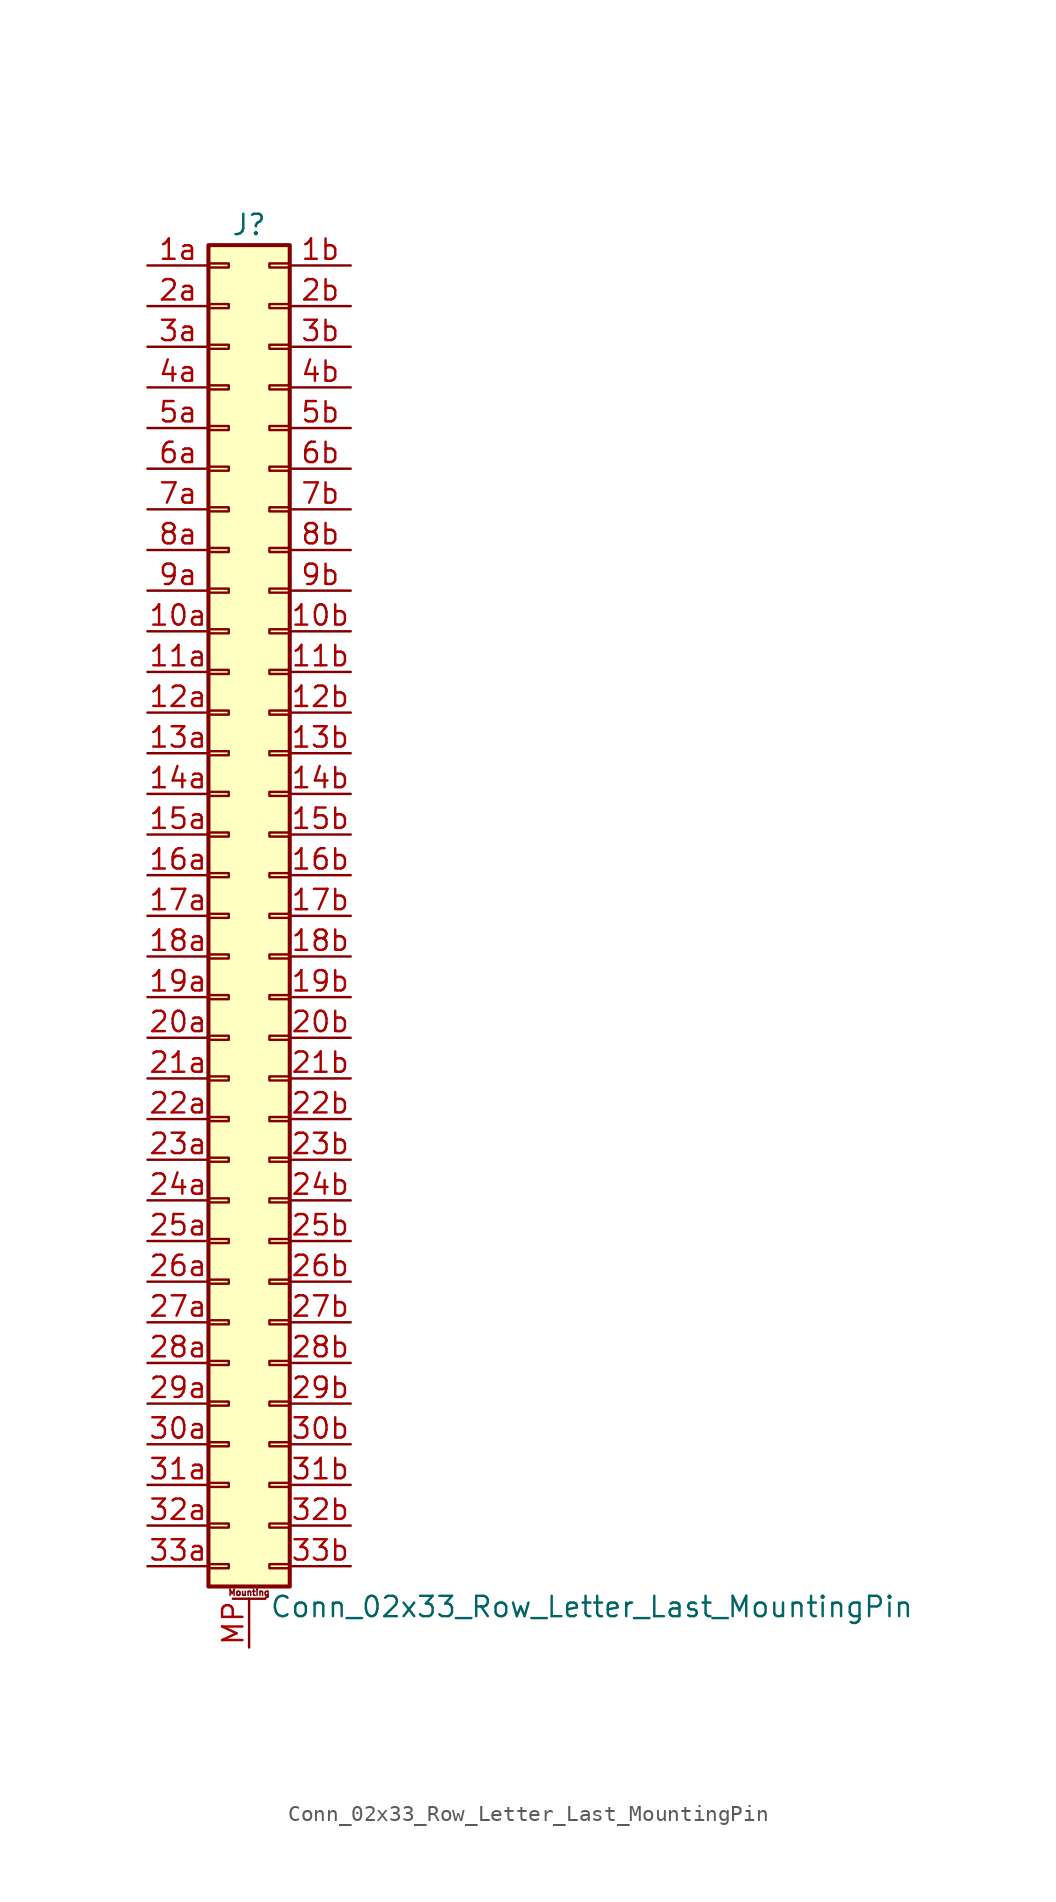
<source format=kicad_sym>
(kicad_symbol_lib
  (version 20201005)
  (generator kicad_symbol_editor)
  (symbol "Conn_02x33_Row_Letter_Last_MountingPin"
    (pin_names
      (offset 1.016) hide)
    (property "Reference" "J"
      (at 1.27 43.18 0)
      (effects (font (size 1.27 1.27))))
    (property "Value" "Conn_02x33_Row_Letter_Last_MountingPin"
      (at 2.54 -43.18 0)
      (effects (font (size 1.27 1.27)) (justify left)))
    (symbol "Conn_02x33_Row_Letter_Last_MountingPin_1_1"
      (text "Mounting" (at 1.27 -42.291 0) (effects (font (size 0.381 0.381))))
      (rectangle (start -1.27 -40.513) (end 0 -40.767) (stroke (width 0.152)) (fill (type none)))
      (rectangle (start -1.27 -37.973) (end 0 -38.227) (stroke (width 0.152)) (fill (type none)))
      (rectangle (start -1.27 -35.433) (end 0 -35.687) (stroke (width 0.152)) (fill (type none)))
      (rectangle (start -1.27 -32.893) (end 0 -33.147) (stroke (width 0.152)) (fill (type none)))
      (rectangle (start -1.27 -30.353) (end 0 -30.607) (stroke (width 0.152)) (fill (type none)))
      (rectangle (start -1.27 -27.813) (end 0 -28.067) (stroke (width 0.152)) (fill (type none)))
      (rectangle (start -1.27 -25.273) (end 0 -25.527) (stroke (width 0.152)) (fill (type none)))
      (rectangle (start -1.27 -22.733) (end 0 -22.987) (stroke (width 0.152)) (fill (type none)))
      (rectangle (start -1.27 -20.193) (end 0 -20.447) (stroke (width 0.152)) (fill (type none)))
      (rectangle (start -1.27 -17.653) (end 0 -17.907) (stroke (width 0.152)) (fill (type none)))
      (rectangle (start -1.27 -15.113) (end 0 -15.367) (stroke (width 0.152)) (fill (type none)))
      (rectangle (start -1.27 -12.573) (end 0 -12.827) (stroke (width 0.152)) (fill (type none)))
      (rectangle (start -1.27 -10.033) (end 0 -10.287) (stroke (width 0.152)) (fill (type none)))
      (rectangle (start -1.27 -7.493) (end 0 -7.747) (stroke (width 0.152)) (fill (type none)))
      (rectangle (start -1.27 -4.953) (end 0 -5.207) (stroke (width 0.152)) (fill (type none)))
      (rectangle (start -1.27 -2.413) (end 0 -2.667) (stroke (width 0.152)) (fill (type none)))
      (rectangle (start -1.27 0.127) (end 0 -0.127) (stroke (width 0.152)) (fill (type none)))
      (rectangle (start -1.27 2.667) (end 0 2.413) (stroke (width 0.152)) (fill (type none)))
      (rectangle (start -1.27 5.207) (end 0 4.953) (stroke (width 0.152)) (fill (type none)))
      (rectangle (start -1.27 7.747) (end 0 7.493) (stroke (width 0.152)) (fill (type none)))
      (rectangle (start -1.27 10.287) (end 0 10.033) (stroke (width 0.152)) (fill (type none)))
      (rectangle (start -1.27 12.827) (end 0 12.573) (stroke (width 0.152)) (fill (type none)))
      (rectangle (start -1.27 15.367) (end 0 15.113) (stroke (width 0.152)) (fill (type none)))
      (rectangle (start -1.27 17.907) (end 0 17.653) (stroke (width 0.152)) (fill (type none)))
      (rectangle (start -1.27 20.447) (end 0 20.193) (stroke (width 0.152)) (fill (type none)))
      (rectangle (start -1.27 22.987) (end 0 22.733) (stroke (width 0.152)) (fill (type none)))
      (rectangle (start -1.27 25.527) (end 0 25.273) (stroke (width 0.152)) (fill (type none)))
      (rectangle (start -1.27 28.067) (end 0 27.813) (stroke (width 0.152)) (fill (type none)))
      (rectangle (start -1.27 30.607) (end 0 30.353) (stroke (width 0.152)) (fill (type none)))
      (rectangle (start -1.27 33.147) (end 0 32.893) (stroke (width 0.152)) (fill (type none)))
      (rectangle (start -1.27 35.687) (end 0 35.433) (stroke (width 0.152)) (fill (type none)))
      (rectangle (start -1.27 38.227) (end 0 37.973) (stroke (width 0.152)) (fill (type none)))
      (rectangle (start -1.27 40.767) (end 0 40.513) (stroke (width 0.152)) (fill (type none)))
      (rectangle (start 3.81 -40.513) (end 2.54 -40.767) (stroke (width 0.152)) (fill (type none)))
      (rectangle (start 3.81 -37.973) (end 2.54 -38.227) (stroke (width 0.152)) (fill (type none)))
      (rectangle (start 3.81 -35.433) (end 2.54 -35.687) (stroke (width 0.152)) (fill (type none)))
      (rectangle (start 3.81 -32.893) (end 2.54 -33.147) (stroke (width 0.152)) (fill (type none)))
      (rectangle (start 3.81 -30.353) (end 2.54 -30.607) (stroke (width 0.152)) (fill (type none)))
      (rectangle (start 3.81 -27.813) (end 2.54 -28.067) (stroke (width 0.152)) (fill (type none)))
      (rectangle (start 3.81 -25.273) (end 2.54 -25.527) (stroke (width 0.152)) (fill (type none)))
      (rectangle (start 3.81 -22.733) (end 2.54 -22.987) (stroke (width 0.152)) (fill (type none)))
      (rectangle (start 3.81 -20.193) (end 2.54 -20.447) (stroke (width 0.152)) (fill (type none)))
      (rectangle (start 3.81 -17.653) (end 2.54 -17.907) (stroke (width 0.152)) (fill (type none)))
      (rectangle (start 3.81 -15.113) (end 2.54 -15.367) (stroke (width 0.152)) (fill (type none)))
      (rectangle (start 3.81 -12.573) (end 2.54 -12.827) (stroke (width 0.152)) (fill (type none)))
      (rectangle (start 3.81 -10.033) (end 2.54 -10.287) (stroke (width 0.152)) (fill (type none)))
      (rectangle (start 3.81 -7.493) (end 2.54 -7.747) (stroke (width 0.152)) (fill (type none)))
      (rectangle (start 3.81 -4.953) (end 2.54 -5.207) (stroke (width 0.152)) (fill (type none)))
      (rectangle (start 3.81 -2.413) (end 2.54 -2.667) (stroke (width 0.152)) (fill (type none)))
      (rectangle (start 3.81 0.127) (end 2.54 -0.127) (stroke (width 0.152)) (fill (type none)))
      (rectangle (start 3.81 2.667) (end 2.54 2.413) (stroke (width 0.152)) (fill (type none)))
      (rectangle (start 3.81 5.207) (end 2.54 4.953) (stroke (width 0.152)) (fill (type none)))
      (rectangle (start 3.81 7.747) (end 2.54 7.493) (stroke (width 0.152)) (fill (type none)))
      (rectangle (start 3.81 10.287) (end 2.54 10.033) (stroke (width 0.152)) (fill (type none)))
      (rectangle (start 3.81 12.827) (end 2.54 12.573) (stroke (width 0.152)) (fill (type none)))
      (rectangle (start 3.81 15.367) (end 2.54 15.113) (stroke (width 0.152)) (fill (type none)))
      (rectangle (start 3.81 17.907) (end 2.54 17.653) (stroke (width 0.152)) (fill (type none)))
      (rectangle (start 3.81 20.447) (end 2.54 20.193) (stroke (width 0.152)) (fill (type none)))
      (rectangle (start 3.81 22.987) (end 2.54 22.733) (stroke (width 0.152)) (fill (type none)))
      (rectangle (start 3.81 25.527) (end 2.54 25.273) (stroke (width 0.152)) (fill (type none)))
      (rectangle (start 3.81 28.067) (end 2.54 27.813) (stroke (width 0.152)) (fill (type none)))
      (rectangle (start 3.81 30.607) (end 2.54 30.353) (stroke (width 0.152)) (fill (type none)))
      (rectangle (start 3.81 33.147) (end 2.54 32.893) (stroke (width 0.152)) (fill (type none)))
      (rectangle (start 3.81 35.687) (end 2.54 35.433) (stroke (width 0.152)) (fill (type none)))
      (rectangle (start 3.81 38.227) (end 2.54 37.973) (stroke (width 0.152)) (fill (type none)))
      (rectangle (start 3.81 40.767) (end 2.54 40.513) (stroke (width 0.152)) (fill (type none)))
      (rectangle (start -1.27 41.91) (end 3.81 -41.91) (stroke (width 0.254)) (fill (type background)))
      (polyline (pts (xy 0.254 -42.672) (xy 2.286 -42.672)) (stroke (width 0.152)) (fill (type none)))
      (pin passive line (at -5.08 17.78 0) (length 3.81) (name "Pin_10a" (effects (font (size 1.27 1.27)))) (number "10a" (effects (font (size 1.27 1.27)))))
      (pin passive line (at 7.62 17.78 180) (length 3.81) (name "Pin_10b" (effects (font (size 1.27 1.27)))) (number "10b" (effects (font (size 1.27 1.27)))))
      (pin passive line (at -5.08 15.24 0) (length 3.81) (name "Pin_11a" (effects (font (size 1.27 1.27)))) (number "11a" (effects (font (size 1.27 1.27)))))
      (pin passive line (at 7.62 15.24 180) (length 3.81) (name "Pin_11b" (effects (font (size 1.27 1.27)))) (number "11b" (effects (font (size 1.27 1.27)))))
      (pin passive line (at -5.08 12.7 0) (length 3.81) (name "Pin_12a" (effects (font (size 1.27 1.27)))) (number "12a" (effects (font (size 1.27 1.27)))))
      (pin passive line (at 7.62 12.7 180) (length 3.81) (name "Pin_12b" (effects (font (size 1.27 1.27)))) (number "12b" (effects (font (size 1.27 1.27)))))
      (pin passive line (at -5.08 10.16 0) (length 3.81) (name "Pin_13a" (effects (font (size 1.27 1.27)))) (number "13a" (effects (font (size 1.27 1.27)))))
      (pin passive line (at 7.62 10.16 180) (length 3.81) (name "Pin_13b" (effects (font (size 1.27 1.27)))) (number "13b" (effects (font (size 1.27 1.27)))))
      (pin passive line (at -5.08 7.62 0) (length 3.81) (name "Pin_14a" (effects (font (size 1.27 1.27)))) (number "14a" (effects (font (size 1.27 1.27)))))
      (pin passive line (at 7.62 7.62 180) (length 3.81) (name "Pin_14b" (effects (font (size 1.27 1.27)))) (number "14b" (effects (font (size 1.27 1.27)))))
      (pin passive line (at -5.08 5.08 0) (length 3.81) (name "Pin_15a" (effects (font (size 1.27 1.27)))) (number "15a" (effects (font (size 1.27 1.27)))))
      (pin passive line (at 7.62 5.08 180) (length 3.81) (name "Pin_15b" (effects (font (size 1.27 1.27)))) (number "15b" (effects (font (size 1.27 1.27)))))
      (pin passive line (at -5.08 2.54 0) (length 3.81) (name "Pin_16a" (effects (font (size 1.27 1.27)))) (number "16a" (effects (font (size 1.27 1.27)))))
      (pin passive line (at 7.62 2.54 180) (length 3.81) (name "Pin_16b" (effects (font (size 1.27 1.27)))) (number "16b" (effects (font (size 1.27 1.27)))))
      (pin passive line (at -5.08 0 0) (length 3.81) (name "Pin_17a" (effects (font (size 1.27 1.27)))) (number "17a" (effects (font (size 1.27 1.27)))))
      (pin passive line (at 7.62 0 180) (length 3.81) (name "Pin_17b" (effects (font (size 1.27 1.27)))) (number "17b" (effects (font (size 1.27 1.27)))))
      (pin passive line (at -5.08 -2.54 0) (length 3.81) (name "Pin_18a" (effects (font (size 1.27 1.27)))) (number "18a" (effects (font (size 1.27 1.27)))))
      (pin passive line (at 7.62 -2.54 180) (length 3.81) (name "Pin_18b" (effects (font (size 1.27 1.27)))) (number "18b" (effects (font (size 1.27 1.27)))))
      (pin passive line (at -5.08 -5.08 0) (length 3.81) (name "Pin_19a" (effects (font (size 1.27 1.27)))) (number "19a" (effects (font (size 1.27 1.27)))))
      (pin passive line (at 7.62 -5.08 180) (length 3.81) (name "Pin_19b" (effects (font (size 1.27 1.27)))) (number "19b" (effects (font (size 1.27 1.27)))))
      (pin passive line (at -5.08 40.64 0) (length 3.81) (name "Pin_1a" (effects (font (size 1.27 1.27)))) (number "1a" (effects (font (size 1.27 1.27)))))
      (pin passive line (at 7.62 40.64 180) (length 3.81) (name "Pin_1b" (effects (font (size 1.27 1.27)))) (number "1b" (effects (font (size 1.27 1.27)))))
      (pin passive line (at -5.08 -7.62 0) (length 3.81) (name "Pin_20a" (effects (font (size 1.27 1.27)))) (number "20a" (effects (font (size 1.27 1.27)))))
      (pin passive line (at 7.62 -7.62 180) (length 3.81) (name "Pin_20b" (effects (font (size 1.27 1.27)))) (number "20b" (effects (font (size 1.27 1.27)))))
      (pin passive line (at -5.08 -10.16 0) (length 3.81) (name "Pin_21a" (effects (font (size 1.27 1.27)))) (number "21a" (effects (font (size 1.27 1.27)))))
      (pin passive line (at 7.62 -10.16 180) (length 3.81) (name "Pin_21b" (effects (font (size 1.27 1.27)))) (number "21b" (effects (font (size 1.27 1.27)))))
      (pin passive line (at -5.08 -12.7 0) (length 3.81) (name "Pin_22a" (effects (font (size 1.27 1.27)))) (number "22a" (effects (font (size 1.27 1.27)))))
      (pin passive line (at 7.62 -12.7 180) (length 3.81) (name "Pin_22b" (effects (font (size 1.27 1.27)))) (number "22b" (effects (font (size 1.27 1.27)))))
      (pin passive line (at -5.08 -15.24 0) (length 3.81) (name "Pin_23a" (effects (font (size 1.27 1.27)))) (number "23a" (effects (font (size 1.27 1.27)))))
      (pin passive line (at 7.62 -15.24 180) (length 3.81) (name "Pin_23b" (effects (font (size 1.27 1.27)))) (number "23b" (effects (font (size 1.27 1.27)))))
      (pin passive line (at -5.08 -17.78 0) (length 3.81) (name "Pin_24a" (effects (font (size 1.27 1.27)))) (number "24a" (effects (font (size 1.27 1.27)))))
      (pin passive line (at 7.62 -17.78 180) (length 3.81) (name "Pin_24b" (effects (font (size 1.27 1.27)))) (number "24b" (effects (font (size 1.27 1.27)))))
      (pin passive line (at -5.08 -20.32 0) (length 3.81) (name "Pin_25a" (effects (font (size 1.27 1.27)))) (number "25a" (effects (font (size 1.27 1.27)))))
      (pin passive line (at 7.62 -20.32 180) (length 3.81) (name "Pin_25b" (effects (font (size 1.27 1.27)))) (number "25b" (effects (font (size 1.27 1.27)))))
      (pin passive line (at -5.08 -22.86 0) (length 3.81) (name "Pin_26a" (effects (font (size 1.27 1.27)))) (number "26a" (effects (font (size 1.27 1.27)))))
      (pin passive line (at 7.62 -22.86 180) (length 3.81) (name "Pin_26b" (effects (font (size 1.27 1.27)))) (number "26b" (effects (font (size 1.27 1.27)))))
      (pin passive line (at -5.08 -25.4 0) (length 3.81) (name "Pin_27a" (effects (font (size 1.27 1.27)))) (number "27a" (effects (font (size 1.27 1.27)))))
      (pin passive line (at 7.62 -25.4 180) (length 3.81) (name "Pin_27b" (effects (font (size 1.27 1.27)))) (number "27b" (effects (font (size 1.27 1.27)))))
      (pin passive line (at -5.08 -27.94 0) (length 3.81) (name "Pin_28a" (effects (font (size 1.27 1.27)))) (number "28a" (effects (font (size 1.27 1.27)))))
      (pin passive line (at 7.62 -27.94 180) (length 3.81) (name "Pin_28b" (effects (font (size 1.27 1.27)))) (number "28b" (effects (font (size 1.27 1.27)))))
      (pin passive line (at -5.08 -30.48 0) (length 3.81) (name "Pin_29a" (effects (font (size 1.27 1.27)))) (number "29a" (effects (font (size 1.27 1.27)))))
      (pin passive line (at 7.62 -30.48 180) (length 3.81) (name "Pin_29b" (effects (font (size 1.27 1.27)))) (number "29b" (effects (font (size 1.27 1.27)))))
      (pin passive line (at -5.08 38.1 0) (length 3.81) (name "Pin_2a" (effects (font (size 1.27 1.27)))) (number "2a" (effects (font (size 1.27 1.27)))))
      (pin passive line (at 7.62 38.1 180) (length 3.81) (name "Pin_2b" (effects (font (size 1.27 1.27)))) (number "2b" (effects (font (size 1.27 1.27)))))
      (pin passive line (at -5.08 -33.02 0) (length 3.81) (name "Pin_30a" (effects (font (size 1.27 1.27)))) (number "30a" (effects (font (size 1.27 1.27)))))
      (pin passive line (at 7.62 -33.02 180) (length 3.81) (name "Pin_30b" (effects (font (size 1.27 1.27)))) (number "30b" (effects (font (size 1.27 1.27)))))
      (pin passive line (at -5.08 -35.56 0) (length 3.81) (name "Pin_31a" (effects (font (size 1.27 1.27)))) (number "31a" (effects (font (size 1.27 1.27)))))
      (pin passive line (at 7.62 -35.56 180) (length 3.81) (name "Pin_31b" (effects (font (size 1.27 1.27)))) (number "31b" (effects (font (size 1.27 1.27)))))
      (pin passive line (at -5.08 -38.1 0) (length 3.81) (name "Pin_32a" (effects (font (size 1.27 1.27)))) (number "32a" (effects (font (size 1.27 1.27)))))
      (pin passive line (at 7.62 -38.1 180) (length 3.81) (name "Pin_32b" (effects (font (size 1.27 1.27)))) (number "32b" (effects (font (size 1.27 1.27)))))
      (pin passive line (at -5.08 -40.64 0) (length 3.81) (name "Pin_33a" (effects (font (size 1.27 1.27)))) (number "33a" (effects (font (size 1.27 1.27)))))
      (pin passive line (at 7.62 -40.64 180) (length 3.81) (name "Pin_33b" (effects (font (size 1.27 1.27)))) (number "33b" (effects (font (size 1.27 1.27)))))
      (pin passive line (at -5.08 35.56 0) (length 3.81) (name "Pin_3a" (effects (font (size 1.27 1.27)))) (number "3a" (effects (font (size 1.27 1.27)))))
      (pin passive line (at 7.62 35.56 180) (length 3.81) (name "Pin_3b" (effects (font (size 1.27 1.27)))) (number "3b" (effects (font (size 1.27 1.27)))))
      (pin passive line (at -5.08 33.02 0) (length 3.81) (name "Pin_4a" (effects (font (size 1.27 1.27)))) (number "4a" (effects (font (size 1.27 1.27)))))
      (pin passive line (at 7.62 33.02 180) (length 3.81) (name "Pin_4b" (effects (font (size 1.27 1.27)))) (number "4b" (effects (font (size 1.27 1.27)))))
      (pin passive line (at -5.08 30.48 0) (length 3.81) (name "Pin_5a" (effects (font (size 1.27 1.27)))) (number "5a" (effects (font (size 1.27 1.27)))))
      (pin passive line (at 7.62 30.48 180) (length 3.81) (name "Pin_5b" (effects (font (size 1.27 1.27)))) (number "5b" (effects (font (size 1.27 1.27)))))
      (pin passive line (at -5.08 27.94 0) (length 3.81) (name "Pin_6a" (effects (font (size 1.27 1.27)))) (number "6a" (effects (font (size 1.27 1.27)))))
      (pin passive line (at 7.62 27.94 180) (length 3.81) (name "Pin_6b" (effects (font (size 1.27 1.27)))) (number "6b" (effects (font (size 1.27 1.27)))))
      (pin passive line (at -5.08 25.4 0) (length 3.81) (name "Pin_7a" (effects (font (size 1.27 1.27)))) (number "7a" (effects (font (size 1.27 1.27)))))
      (pin passive line (at 7.62 25.4 180) (length 3.81) (name "Pin_7b" (effects (font (size 1.27 1.27)))) (number "7b" (effects (font (size 1.27 1.27)))))
      (pin passive line (at -5.08 22.86 0) (length 3.81) (name "Pin_8a" (effects (font (size 1.27 1.27)))) (number "8a" (effects (font (size 1.27 1.27)))))
      (pin passive line (at 7.62 22.86 180) (length 3.81) (name "Pin_8b" (effects (font (size 1.27 1.27)))) (number "8b" (effects (font (size 1.27 1.27)))))
      (pin passive line (at -5.08 20.32 0) (length 3.81) (name "Pin_9a" (effects (font (size 1.27 1.27)))) (number "9a" (effects (font (size 1.27 1.27)))))
      (pin passive line (at 7.62 20.32 180) (length 3.81) (name "Pin_9b" (effects (font (size 1.27 1.27)))) (number "9b" (effects (font (size 1.27 1.27)))))
      (pin passive line (at 1.27 -45.72 90) (length 3.048) (name "MountPin" (effects (font (size 1.27 1.27)))) (number "MP" (effects (font (size 1.27 1.27))))))))
</source>
